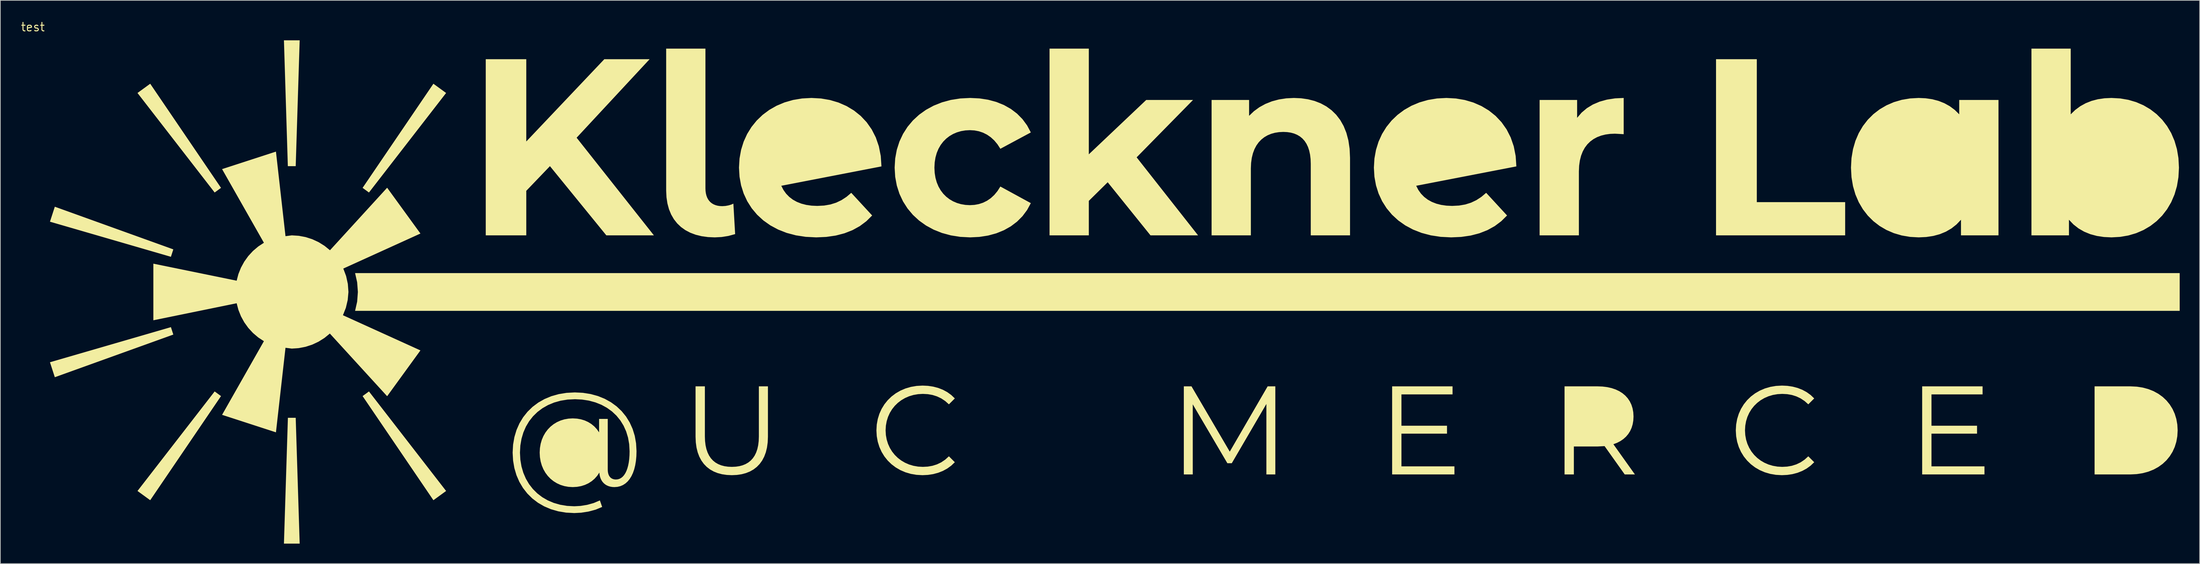
<source format=kicad_pcb>
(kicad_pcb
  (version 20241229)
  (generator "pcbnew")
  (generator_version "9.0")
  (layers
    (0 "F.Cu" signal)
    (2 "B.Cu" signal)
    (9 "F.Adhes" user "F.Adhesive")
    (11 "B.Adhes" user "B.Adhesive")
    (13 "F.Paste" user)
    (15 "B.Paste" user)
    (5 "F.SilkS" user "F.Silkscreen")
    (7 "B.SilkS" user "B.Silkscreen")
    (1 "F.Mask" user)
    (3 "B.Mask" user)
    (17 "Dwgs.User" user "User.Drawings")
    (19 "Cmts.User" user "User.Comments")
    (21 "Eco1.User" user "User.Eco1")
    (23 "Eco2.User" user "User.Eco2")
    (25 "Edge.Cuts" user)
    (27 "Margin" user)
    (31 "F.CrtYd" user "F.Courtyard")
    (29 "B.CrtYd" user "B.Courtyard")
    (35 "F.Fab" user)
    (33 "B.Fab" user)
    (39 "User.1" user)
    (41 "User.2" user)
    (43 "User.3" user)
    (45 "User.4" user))
  (footprint "test"
    (layer "F.Cu")
    (at 1.882 1.006)
    (property "Reference" "test" (at 0 0 0) (layer "F.SilkS") (effects (font (size 1.27 1.27) (thickness 0.15))))
    (attr smd)
    (fp_poly (pts (xy 20.731 45.077) (xy 2.57 50.35) (xy 3.298 52.598) (xy 21.09 46.192) (xy 20.731 45.077)) (stroke (width 0) (type solid)) (fill yes) (layer "F.SilkS"))
    (fp_poly (pts (xy 21.09 33.398) (xy 3.298 26.992) (xy 2.57 29.241) (xy 20.731 34.513) (xy 21.09 33.398)) (stroke (width 0) (type solid)) (fill yes) (layer "F.SilkS"))
    (fp_poly (pts (xy 27.298 54.734) (xy 15.713 69.682) (xy 17.622 71.071) (xy 28.252 55.433) (xy 27.298 54.734)) (stroke (width 0) (type solid)) (fill yes) (layer "F.SilkS"))
    (fp_poly (pts (xy 28.252 24.157) (xy 17.622 8.52) (xy 15.713 9.909) (xy 27.298 24.857) (xy 28.252 24.157)) (stroke (width 0) (type solid)) (fill yes) (layer "F.SilkS"))
    (fp_poly (pts (xy 38.296 58.693) (xy 37.701 77.591) (xy 40.063 77.591) (xy 39.468 58.693) (xy 38.296 58.693)) (stroke (width 0) (type solid)) (fill yes) (layer "F.SilkS"))
    (fp_poly (pts (xy 39.468 20.898) (xy 40.063 2) (xy 37.701 2) (xy 38.287 20.898) (xy 39.468 20.898)) (stroke (width 0) (type solid)) (fill yes) (layer "F.SilkS"))
    (fp_poly (pts (xy 49.512 55.433) (xy 60.142 71.071) (xy 62.05 69.682) (xy 50.466 54.734) (xy 49.512 55.433)) (stroke (width 0) (type solid)) (fill yes) (layer "F.SilkS"))
    (fp_poly (pts (xy 50.466 24.857) (xy 62.05 9.909) (xy 60.142 8.52) (xy 49.512 24.157) (xy 50.466 24.857)) (stroke (width 0) (type solid)) (fill yes) (layer "F.SilkS"))
    (fp_poly (pts (xy 252.727 31.291) (xy 272.116 31.291) (xy 272.116 26.302) (xy 258.85 26.302) (xy 258.85 4.835) (xy 252.727 4.835) (xy 252.727 31.291)) (stroke (width 0) (type solid)) (fill yes) (layer "F.SilkS"))
    (fp_poly (pts (xy 48.384 36.961) (xy 48.695 38.346) (xy 48.803 39.795) (xy 48.695 41.245) (xy 48.384 42.63) (xy 322.346 42.63) (xy 322.346 36.961) (xy 48.384 36.961)) (stroke (width 0) (type solid)) (fill yes) (layer "F.SilkS"))
    (fp_poly (pts (xy 86.107 31.291) (xy 93.25 31.291) (xy 81.647 16.627) (xy 92.608 4.835) (xy 85.805 4.835) (xy 74.088 17.194) (xy 74.088 4.835) (xy 68.003 4.835) (xy 68.003 31.291) (xy 74.088 31.291) (xy 74.088 24.602) (xy 77.641 20.898) (xy 86.107 31.291)) (stroke (width 0) (type solid)) (fill yes) (layer "F.SilkS"))
    (fp_poly (pts (xy 167.812 31.291) (xy 174.955 31.291) (xy 165.733 19.575) (xy 174.2 10.957) (xy 167.17 10.957) (xy 158.552 19.121) (xy 158.552 3.247) (xy 152.656 3.247) (xy 152.656 31.291) (xy 158.552 31.291) (xy 158.552 26.113) (xy 161.387 23.317) (xy 167.812 31.291)) (stroke (width 0) (type solid)) (fill yes) (layer "F.SilkS"))
    (fp_poly (pts (xy 205.493 65.987) (xy 205.493 61.074) (xy 212.334 61.074) (xy 212.334 59.883) (xy 205.493 59.883) (xy 205.493 55.178) (xy 213.166 55.178) (xy 213.166 53.969) (xy 204.095 53.969) (xy 204.095 67.197) (xy 213.449 67.197) (xy 213.449 65.987) (xy 205.493 65.987)) (stroke (width 0) (type solid)) (fill yes) (layer "F.SilkS"))
    (fp_poly (pts (xy 285.077 65.987) (xy 285.077 61.074) (xy 291.918 61.074) (xy 291.918 59.883) (xy 285.077 59.883) (xy 285.077 55.178) (xy 292.75 55.178) (xy 292.75 53.969) (xy 283.679 53.969) (xy 283.679 67.197) (xy 293.033 67.197) (xy 293.033 65.987) (xy 285.077 65.987)) (stroke (width 0) (type solid)) (fill yes) (layer "F.SilkS"))
    (fp_poly (pts (xy 185.403 53.969) (xy 179.715 63.776) (xy 173.97 53.969) (xy 172.818 53.969) (xy 172.818 67.197) (xy 174.159 67.197) (xy 174.159 56.671) (xy 179.356 65.515) (xy 180.018 65.515) (xy 185.214 56.614) (xy 185.214 67.197) (xy 186.556 67.197) (xy 186.556 53.969) (xy 185.403 53.969)) (stroke (width 0) (type solid)) (fill yes) (layer "F.SilkS"))
    (fp_poly (pts (xy 231.87 13.641) (xy 231.87 10.957) (xy 226.239 10.957) (xy 226.239 31.291) (xy 232.135 31.291) (xy 232.135 21.691) (xy 232.173 20.83) (xy 232.284 20.044) (xy 232.466 19.33) (xy 232.716 18.689) (xy 233.031 18.119) (xy 233.408 17.62) (xy 233.844 17.191) (xy 234.336 16.83) (xy 234.881 16.536) (xy 235.478 16.31) (xy 236.121 16.149) (xy 236.81 16.054) (xy 237.54 16.022) (xy 238.863 16.098) (xy 238.863 10.655) (xy 237.563 10.717) (xy 236.356 10.903) (xy 235.246 11.211) (xy 234.238 11.641) (xy 233.336 12.19) (xy 232.545 12.857) (xy 231.87 13.641) (xy 231.87 13.641)) (stroke (width 0) (type solid)) (fill yes) (layer "F.SilkS"))
    (fp_poly (pts (xy 102.387 31.594) (xy 103.407 31.542) (xy 104.428 31.381) (xy 105.448 31.102) (xy 105.184 26.529) (xy 104.871 26.668) (xy 104.465 26.789) (xy 104.004 26.875) (xy 103.521 26.907) (xy 103.158 26.89) (xy 102.822 26.841) (xy 102.513 26.758) (xy 102.23 26.643) (xy 101.975 26.496) (xy 101.748 26.318) (xy 101.549 26.109) (xy 101.38 25.869) (xy 101.24 25.599) (xy 101.131 25.299) (xy 101.052 24.969) (xy 101.004 24.611) (xy 100.988 24.224) (xy 100.988 3.247) (xy 95.092 3.247) (xy 95.092 24.564) (xy 95.14 25.574) (xy 95.282 26.51) (xy 95.516 27.372) (xy 95.84 28.157) (xy 96.25 28.865) (xy 96.746 29.495) (xy 97.324 30.044) (xy 97.981 30.512) (xy 98.717 30.898) (xy 99.527 31.201) (xy 100.411 31.418) (xy 101.365 31.55) (xy 102.387 31.594)) (stroke (width 0) (type solid)) (fill yes) (layer "F.SilkS"))
    (fp_poly (pts (xy 189.346 10.655) (xy 188.188 10.713) (xy 187.083 10.883) (xy 186.04 11.164) (xy 185.064 11.553) (xy 184.164 12.046) (xy 183.346 12.643) (xy 182.618 13.339) (xy 182.618 10.957) (xy 176.987 10.957) (xy 176.987 31.291) (xy 182.883 31.291) (xy 182.883 21.238) (xy 182.919 20.41) (xy 183.023 19.652) (xy 183.194 18.964) (xy 183.426 18.345) (xy 183.718 17.794) (xy 184.065 17.311) (xy 184.464 16.895) (xy 184.911 16.544) (xy 185.404 16.259) (xy 185.938 16.038) (xy 186.511 15.882) (xy 187.119 15.788) (xy 187.759 15.757) (xy 188.341 15.784) (xy 188.883 15.866) (xy 189.384 16.002) (xy 189.842 16.195) (xy 190.258 16.443) (xy 190.628 16.75) (xy 190.953 17.114) (xy 191.231 17.537) (xy 191.461 18.019) (xy 191.642 18.562) (xy 191.772 19.165) (xy 191.852 19.83) (xy 191.878 20.557) (xy 191.878 31.291) (xy 197.774 31.291) (xy 197.774 19.65) (xy 197.711 18.28) (xy 197.526 17.029) (xy 197.225 15.895) (xy 196.815 14.877) (xy 196.304 13.974) (xy 195.697 13.182) (xy 195.002 12.502) (xy 194.225 11.931) (xy 193.372 11.467) (xy 192.452 11.109) (xy 191.469 10.856) (xy 190.432 10.705) (xy 189.346 10.655)) (stroke (width 0) (type solid)) (fill yes) (layer "F.SilkS"))
    (fp_poly (pts (xy 104.948 67.31) (xy 105.704 67.275) (xy 106.411 67.171) (xy 107.067 66.998) (xy 107.669 66.756) (xy 108.216 66.446) (xy 108.705 66.067) (xy 109.136 65.621) (xy 109.506 65.108) (xy 109.812 64.528) (xy 110.054 63.882) (xy 110.229 63.169) (xy 110.336 62.39) (xy 110.372 61.546) (xy 110.372 53.969) (xy 109.011 53.969) (xy 109.011 61.49) (xy 108.985 62.184) (xy 108.908 62.818) (xy 108.78 63.393) (xy 108.603 63.91) (xy 108.377 64.37) (xy 108.104 64.772) (xy 107.785 65.119) (xy 107.42 65.411) (xy 107.011 65.647) (xy 106.558 65.83) (xy 106.062 65.96) (xy 105.525 66.037) (xy 104.948 66.063) (xy 104.374 66.037) (xy 103.841 65.96) (xy 103.348 65.83) (xy 102.898 65.647) (xy 102.49 65.411) (xy 102.127 65.119) (xy 101.809 64.772) (xy 101.537 64.37) (xy 101.312 63.91) (xy 101.135 63.393) (xy 101.007 62.818) (xy 100.93 62.184) (xy 100.904 61.49) (xy 100.904 53.969) (xy 99.505 53.969) (xy 99.505 61.546) (xy 99.542 62.39) (xy 99.649 63.169) (xy 99.825 63.882) (xy 100.069 64.528) (xy 100.378 65.108) (xy 100.749 65.621) (xy 101.182 66.067) (xy 101.674 66.446) (xy 102.223 66.756) (xy 102.826 66.998) (xy 103.483 67.171) (xy 104.191 67.275) (xy 104.948 67.31)) (stroke (width 0) (type solid)) (fill yes) (layer "F.SilkS"))
    (fp_poly (pts (xy 314.953 67.197) (xy 315.905 67.149) (xy 316.803 67.009) (xy 317.645 66.781) (xy 318.426 66.469) (xy 319.141 66.077) (xy 319.788 65.61) (xy 320.361 65.072) (xy 320.857 64.466) (xy 321.272 63.798) (xy 321.602 63.072) (xy 321.842 62.291) (xy 321.99 61.46) (xy 322.04 60.583) (xy 321.99 59.706) (xy 321.842 58.875) (xy 321.602 58.094) (xy 321.272 57.367) (xy 320.857 56.699) (xy 320.361 56.094) (xy 319.788 55.555) (xy 319.141 55.088) (xy 318.426 54.696) (xy 317.645 54.384) (xy 316.803 54.156) (xy 315.905 54.016) (xy 314.953 53.969) (xy 309.567 53.969) (xy 309.567 67.197) (xy 314.953 67.197) (xy 309.567 67.197) (xy 314.953 67.197) (xy 315.905 67.149) (xy 316.803 67.009) (xy 317.645 66.781) (xy 318.426 66.469) (xy 319.141 66.077) (xy 319.788 65.61) (xy 320.361 65.072) (xy 320.857 64.466) (xy 321.272 63.798) (xy 321.602 63.072) (xy 321.842 62.291) (xy 321.99 61.46) (xy 322.04 60.583) (xy 321.99 59.706) (xy 321.842 58.875) (xy 321.602 58.094) (xy 321.272 57.367) (xy 320.857 56.699) (xy 320.361 56.094) (xy 319.788 55.555) (xy 319.141 55.088) (xy 318.426 54.696) (xy 317.645 54.384) (xy 316.803 54.156) (xy 315.905 54.016) (xy 314.953 53.969) (xy 309.567 53.969) (xy 309.567 67.197)) (stroke (width 0) (type solid)) (fill yes) (layer "F.SilkS"))
    (fp_poly (pts (xy 231.381 63.002) (xy 234.934 63.002) (xy 235.992 62.945) (xy 239.016 67.197) (xy 240.547 67.197) (xy 237.315 62.661) (xy 237.868 62.45) (xy 238.37 62.189) (xy 238.818 61.881) (xy 239.212 61.527) (xy 239.55 61.128) (xy 239.83 60.686) (xy 240.05 60.201) (xy 240.209 59.675) (xy 240.306 59.109) (xy 240.339 58.504) (xy 240.303 57.87) (xy 240.197 57.278) (xy 240.022 56.73) (xy 239.78 56.226) (xy 239.474 55.769) (xy 239.105 55.359) (xy 238.676 55) (xy 238.188 54.691) (xy 237.643 54.435) (xy 237.043 54.233) (xy 236.39 54.087) (xy 235.687 53.998) (xy 234.934 53.969) (xy 229.983 53.969) (xy 229.983 67.197) (xy 231.381 67.197) (xy 231.381 63.002) (xy 234.934 63.002) (xy 235.992 62.945) (xy 239.016 67.197) (xy 240.547 67.197) (xy 237.315 62.661) (xy 237.868 62.45) (xy 238.37 62.189) (xy 238.818 61.881) (xy 239.212 61.527) (xy 239.55 61.128) (xy 239.83 60.686) (xy 240.05 60.201) (xy 240.209 59.675) (xy 240.306 59.109) (xy 240.339 58.504) (xy 240.303 57.87) (xy 240.197 57.278) (xy 240.022 56.73) (xy 239.78 56.226) (xy 239.474 55.769) (xy 239.105 55.359) (xy 238.676 55) (xy 238.188 54.691) (xy 237.643 54.435) (xy 237.043 54.233) (xy 236.39 54.087) (xy 235.687 53.998) (xy 234.934 53.969) (xy 229.983 53.969) (xy 229.983 67.197) (xy 231.381 67.197) (xy 231.381 63.002) (xy 234.934 63.002)) (stroke (width 0) (type solid)) (fill yes) (layer "F.SilkS"))
    (fp_poly (pts (xy 133.577 67.31) (xy 134.398 67.27) (xy 135.186 67.149) (xy 135.937 66.949) (xy 136.643 66.669) (xy 137.299 66.312) (xy 137.898 65.876) (xy 138.434 65.364) (xy 137.546 64.476) (xy 136.987 64.98) (xy 136.389 65.383) (xy 135.753 65.687) (xy 135.081 65.899) (xy 134.374 66.023) (xy 133.634 66.063) (xy 132.912 66.022) (xy 132.222 65.902) (xy 131.569 65.708) (xy 130.958 65.443) (xy 130.393 65.111) (xy 129.877 64.718) (xy 129.416 64.267) (xy 129.014 63.762) (xy 128.675 63.208) (xy 128.404 62.609) (xy 128.205 61.969) (xy 128.082 61.292) (xy 128.04 60.583) (xy 128.082 59.874) (xy 128.205 59.197) (xy 128.404 58.557) (xy 128.675 57.958) (xy 129.014 57.403) (xy 129.416 56.899) (xy 129.877 56.448) (xy 130.393 56.054) (xy 130.958 55.723) (xy 131.569 55.458) (xy 132.222 55.263) (xy 132.912 55.143) (xy 133.634 55.102) (xy 134.374 55.142) (xy 135.081 55.265) (xy 135.753 55.476) (xy 136.389 55.777) (xy 136.987 56.174) (xy 137.546 56.671) (xy 138.434 55.783) (xy 137.898 55.271) (xy 137.3 54.839) (xy 136.645 54.485) (xy 135.941 54.209) (xy 135.193 54.012) (xy 134.41 53.894) (xy 133.596 53.855) (xy 132.695 53.905) (xy 131.837 54.051) (xy 131.025 54.288) (xy 130.266 54.612) (xy 129.565 55.017) (xy 128.927 55.498) (xy 128.357 56.051) (xy 127.86 56.67) (xy 127.442 57.35) (xy 127.108 58.086) (xy 126.863 58.874) (xy 126.712 59.708) (xy 126.661 60.583) (xy 126.712 61.458) (xy 126.863 62.292) (xy 127.108 63.079) (xy 127.442 63.815) (xy 127.859 64.496) (xy 128.355 65.114) (xy 128.924 65.667) (xy 129.561 66.148) (xy 130.26 66.553) (xy 131.017 66.877) (xy 131.825 67.114) (xy 132.68 67.26) (xy 133.577 67.31)) (stroke (width 0) (type solid)) (fill yes) (layer "F.SilkS"))
    (fp_poly (pts (xy 262.613 67.31) (xy 263.433 67.27) (xy 264.222 67.149) (xy 264.972 66.949) (xy 265.679 66.669) (xy 266.335 66.312) (xy 266.934 65.876) (xy 267.469 65.364) (xy 266.581 64.476) (xy 266.022 64.98) (xy 265.424 65.383) (xy 264.788 65.687) (xy 264.116 65.899) (xy 263.409 66.023) (xy 262.669 66.063) (xy 261.947 66.022) (xy 261.258 65.902) (xy 260.605 65.708) (xy 259.994 65.443) (xy 259.428 65.111) (xy 258.913 64.718) (xy 258.452 64.267) (xy 258.049 63.762) (xy 257.711 63.208) (xy 257.439 62.609) (xy 257.24 61.969) (xy 257.118 61.292) (xy 257.076 60.583) (xy 257.118 59.874) (xy 257.24 59.197) (xy 257.439 58.557) (xy 257.711 57.958) (xy 258.049 57.403) (xy 258.452 56.899) (xy 258.913 56.448) (xy 259.428 56.054) (xy 259.994 55.723) (xy 260.605 55.458) (xy 261.258 55.263) (xy 261.947 55.143) (xy 262.669 55.102) (xy 263.409 55.142) (xy 264.116 55.265) (xy 264.788 55.476) (xy 265.424 55.777) (xy 266.022 56.174) (xy 266.581 56.671) (xy 267.469 55.783) (xy 266.934 55.271) (xy 266.335 54.839) (xy 265.68 54.485) (xy 264.976 54.209) (xy 264.229 54.012) (xy 263.445 53.894) (xy 262.632 53.855) (xy 261.731 53.905) (xy 260.872 54.051) (xy 260.061 54.288) (xy 259.302 54.612) (xy 258.601 55.017) (xy 257.962 55.498) (xy 257.392 56.051) (xy 256.896 56.67) (xy 256.478 57.35) (xy 256.144 58.086) (xy 255.899 58.874) (xy 255.748 59.708) (xy 255.696 60.583) (xy 255.748 61.458) (xy 255.898 62.292) (xy 256.143 63.079) (xy 256.477 63.815) (xy 256.895 64.496) (xy 257.391 65.114) (xy 257.96 65.667) (xy 258.596 66.148) (xy 259.295 66.553) (xy 260.052 66.877) (xy 260.861 67.114) (xy 261.716 67.26) (xy 262.613 67.31)) (stroke (width 0) (type solid)) (fill yes) (layer "F.SilkS"))
    (fp_poly (pts (xy 140.736 31.594) (xy 142.125 31.524) (xy 143.438 31.32) (xy 144.668 30.983) (xy 145.807 30.52) (xy 146.846 29.935) (xy 147.777 29.231) (xy 148.593 28.413) (xy 149.285 27.486) (xy 149.845 26.454) (xy 145.271 23.959) (xy 144.836 24.644) (xy 144.355 25.225) (xy 143.831 25.708) (xy 143.268 26.094) (xy 142.67 26.389) (xy 142.04 26.595) (xy 141.381 26.716) (xy 140.698 26.756) (xy 140.021 26.719) (xy 139.372 26.611) (xy 138.755 26.431) (xy 138.174 26.183) (xy 137.635 25.868) (xy 137.142 25.487) (xy 136.699 25.042) (xy 136.312 24.535) (xy 135.985 23.968) (xy 135.722 23.341) (xy 135.529 22.657) (xy 135.41 21.918) (xy 135.369 21.124) (xy 135.41 20.331) (xy 135.529 19.592) (xy 135.722 18.908) (xy 135.985 18.281) (xy 136.312 17.714) (xy 136.699 17.207) (xy 137.142 16.762) (xy 137.635 16.381) (xy 138.174 16.066) (xy 138.755 15.818) (xy 139.372 15.638) (xy 140.021 15.53) (xy 140.698 15.493) (xy 141.381 15.534) (xy 142.04 15.659) (xy 142.67 15.87) (xy 143.268 16.169) (xy 143.831 16.558) (xy 144.355 17.04) (xy 144.836 17.616) (xy 145.271 18.29) (xy 149.845 15.833) (xy 149.285 14.78) (xy 148.593 13.838) (xy 147.777 13.012) (xy 146.846 12.305) (xy 145.807 11.719) (xy 144.668 11.258) (xy 143.438 10.925) (xy 142.125 10.723) (xy 140.736 10.655) (xy 139.244 10.731) (xy 137.828 10.954) (xy 136.494 11.318) (xy 135.25 11.815) (xy 134.104 12.438) (xy 133.064 13.18) (xy 132.138 14.035) (xy 131.333 14.994) (xy 130.657 16.052) (xy 130.117 17.201) (xy 129.722 18.434) (xy 129.48 19.744) (xy 129.397 21.124) (xy 129.48 22.505) (xy 129.722 23.815) (xy 130.117 25.048) (xy 130.657 26.197) (xy 131.333 27.255) (xy 132.138 28.214) (xy 133.064 29.069) (xy 134.104 29.811) (xy 135.25 30.434) (xy 136.494 30.931) (xy 137.828 31.294) (xy 139.244 31.518) (xy 140.736 31.594)) (stroke (width 0) (type solid)) (fill yes) (layer "F.SilkS"))
    (fp_poly (pts (xy 289.506 28.948) (xy 289.506 31.291) (xy 295.138 31.291) (xy 295.138 10.957) (xy 289.242 10.957) (xy 289.242 13.112) (xy 288.572 12.452) (xy 287.827 11.898) (xy 287.013 11.447) (xy 286.135 11.098) (xy 285.196 10.851) (xy 284.202 10.704) (xy 283.157 10.655) (xy 281.856 10.727) (xy 280.611 10.938) (xy 279.429 11.285) (xy 278.32 11.763) (xy 277.291 12.366) (xy 276.352 13.089) (xy 275.511 13.928) (xy 274.776 14.879) (xy 274.156 15.935) (xy 273.658 17.093) (xy 273.293 18.347) (xy 273.067 19.692) (xy 272.99 21.124) (xy 273.067 22.557) (xy 273.293 23.902) (xy 273.658 25.156) (xy 274.156 26.314) (xy 274.776 27.37) (xy 275.511 28.321) (xy 276.352 29.16) (xy 277.291 29.883) (xy 278.32 30.486) (xy 279.429 30.963) (xy 280.611 31.31) (xy 281.856 31.522) (xy 283.157 31.594) (xy 284.288 31.54) (xy 285.348 31.38) (xy 286.334 31.112) (xy 287.245 30.735) (xy 288.079 30.249) (xy 288.833 29.654) (xy 289.506 28.948) (xy 289.506 31.291) (xy 295.138 31.291) (xy 295.138 10.957) (xy 289.242 10.957) (xy 289.242 13.112) (xy 288.572 12.452) (xy 287.827 11.898) (xy 287.013 11.447) (xy 286.135 11.098) (xy 285.196 10.851) (xy 284.202 10.704) (xy 283.157 10.655) (xy 281.856 10.727) (xy 280.611 10.938) (xy 279.429 11.285) (xy 278.32 11.763) (xy 277.291 12.366) (xy 276.352 13.089) (xy 275.511 13.928) (xy 274.776 14.879) (xy 274.156 15.935) (xy 273.658 17.093) (xy 273.293 18.347) (xy 273.067 19.692) (xy 272.99 21.124) (xy 273.067 22.557) (xy 273.293 23.902) (xy 273.658 25.156) (xy 274.156 26.314) (xy 274.776 27.37) (xy 275.511 28.321) (xy 276.352 29.16) (xy 277.291 29.883) (xy 278.32 30.486) (xy 279.429 30.963) (xy 280.611 31.31) (xy 281.856 31.522) (xy 283.157 31.594) (xy 284.288 31.54) (xy 285.348 31.38) (xy 286.334 31.112) (xy 287.245 30.735) (xy 288.079 30.249) (xy 288.833 29.654) (xy 289.506 28.948) (xy 289.506 31.291)) (stroke (width 0) (type solid)) (fill yes) (layer "F.SilkS"))
    (fp_poly (pts (xy 305.719 28.948) (xy 306.394 29.654) (xy 307.154 30.249) (xy 307.995 30.735) (xy 308.914 31.112) (xy 309.908 31.38) (xy 310.973 31.54) (xy 312.106 31.594) (xy 313.399 31.522) (xy 314.638 31.31) (xy 315.813 30.963) (xy 316.918 30.486) (xy 317.943 29.883) (xy 318.879 29.16) (xy 319.718 28.321) (xy 320.451 27.37) (xy 321.071 26.314) (xy 321.567 25.156) (xy 321.933 23.902) (xy 322.158 22.557) (xy 322.235 21.124) (xy 322.158 19.692) (xy 321.933 18.347) (xy 321.567 17.093) (xy 321.071 15.935) (xy 320.451 14.879) (xy 319.718 13.928) (xy 318.879 13.089) (xy 317.943 12.366) (xy 316.918 11.763) (xy 315.813 11.285) (xy 314.638 10.938) (xy 313.399 10.727) (xy 312.106 10.655) (xy 311.049 10.704) (xy 310.049 10.851) (xy 309.109 11.098) (xy 308.231 11.447) (xy 307.415 11.898) (xy 306.666 12.452) (xy 305.983 13.112) (xy 305.983 3.247) (xy 300.087 3.247) (xy 300.087 31.291) (xy 305.719 31.291) (xy 305.719 28.948) (xy 309.908 31.38) (xy 310.973 31.54) (xy 312.106 31.594) (xy 313.399 31.522) (xy 314.638 31.31) (xy 315.813 30.963) (xy 316.918 30.486) (xy 317.943 29.883) (xy 318.879 29.16) (xy 319.718 28.321) (xy 320.451 27.37) (xy 321.071 26.314) (xy 321.567 25.156) (xy 321.933 23.902) (xy 322.158 22.557) (xy 322.235 21.124) (xy 322.158 19.692) (xy 321.933 18.347) (xy 321.567 17.093) (xy 321.071 15.935) (xy 320.451 14.879) (xy 319.718 13.928) (xy 318.879 13.089) (xy 317.943 12.366) (xy 316.918 11.763) (xy 315.813 11.285) (xy 314.638 10.938) (xy 313.399 10.727) (xy 312.106 10.655) (xy 311.049 10.704) (xy 310.049 10.851) (xy 309.109 11.098) (xy 308.231 11.447) (xy 307.415 11.898) (xy 306.666 12.452) (xy 305.983 13.112) (xy 305.983 3.247) (xy 300.087 3.247) (xy 300.087 31.291) (xy 305.719 31.291) (xy 305.719 28.948) (xy 306.394 29.654) (xy 307.154 30.249) (xy 307.995 30.735) (xy 308.914 31.112) (xy 309.908 31.38)) (stroke (width 0) (type solid)) (fill yes) (layer "F.SilkS"))
    (fp_poly (pts (xy 37.935 31.415) (xy 36.501 18.714) (xy 28.412 21.342) (xy 34.693 32.404) (xy 33.831 32.973) (xy 33.045 33.642) (xy 32.346 34.401) (xy 31.744 35.24) (xy 31.248 36.145) (xy 30.865 37.103) (xy 30.601 38.101) (xy 18.094 35.543) (xy 18.094 44.047) (xy 30.601 41.489) (xy 30.865 42.487) (xy 31.248 43.446) (xy 31.744 44.351) (xy 32.346 45.189) (xy 33.045 45.949) (xy 33.831 46.618) (xy 34.693 47.186) (xy 28.412 58.248) (xy 36.501 60.876) (xy 37.935 48.176) (xy 38.882 48.299) (xy 39.926 48.227) (xy 40.954 48.027) (xy 41.949 47.703) (xy 42.897 47.258) (xy 43.783 46.701) (xy 44.594 46.039) (xy 53.197 55.452) (xy 58.195 48.572) (xy 46.561 43.289) (xy 47.001 42.167) (xy 47.277 40.995) (xy 47.386 39.795) (xy 47.297 38.59) (xy 47.038 37.41) (xy 46.614 36.278) (xy 58.195 31.018) (xy 53.197 24.138) (xy 44.614 33.53) (xy 43.799 32.87) (xy 42.909 32.315) (xy 41.957 31.874) (xy 40.959 31.553) (xy 39.928 31.358) (xy 38.882 31.291) (xy 37.935 31.415) (xy 38.882 31.291) (xy 37.935 31.415) (xy 36.501 18.714) (xy 28.412 21.342) (xy 34.693 32.404) (xy 33.831 32.973) (xy 33.045 33.642) (xy 32.346 34.401) (xy 31.744 35.24) (xy 31.248 36.145) (xy 30.865 37.103) (xy 30.601 38.101) (xy 18.094 35.543) (xy 18.094 44.047) (xy 30.601 41.489) (xy 30.865 42.487) (xy 31.248 43.446) (xy 31.744 44.351) (xy 32.346 45.189) (xy 33.045 45.949) (xy 33.831 46.618) (xy 34.693 47.186) (xy 28.412 58.248) (xy 36.501 60.876) (xy 37.935 48.176) (xy 38.882 48.299) (xy 39.926 48.227) (xy 40.954 48.027) (xy 41.949 47.703) (xy 42.897 47.258) (xy 43.783 46.701) (xy 44.594 46.039) (xy 53.197 55.452) (xy 58.195 48.572) (xy 46.561 43.289) (xy 47.001 42.167) (xy 47.277 40.995) (xy 47.386 39.795) (xy 47.297 38.59) (xy 47.038 37.41) (xy 46.614 36.278) (xy 58.195 31.018) (xy 53.197 24.138) (xy 44.614 33.53) (xy 43.799 32.87) (xy 42.909 32.315) (xy 41.957 31.874) (xy 40.959 31.553) (xy 39.928 31.358) (xy 38.882 31.291)) (stroke (width 0) (type solid)) (fill yes) (layer "F.SilkS"))
    (fp_poly (pts (xy 112.376 23.846) (xy 127.418 20.935) (xy 127.313 19.368) (xy 127.026 17.917) (xy 126.569 16.587) (xy 125.954 15.381) (xy 125.195 14.303) (xy 124.305 13.357) (xy 123.296 12.547) (xy 122.18 11.876) (xy 120.971 11.347) (xy 119.682 10.965) (xy 118.324 10.733) (xy 116.911 10.655) (xy 115.494 10.732) (xy 114.144 10.957) (xy 112.87 11.323) (xy 111.678 11.822) (xy 110.578 12.448) (xy 109.577 13.193) (xy 108.683 14.05) (xy 107.905 15.011) (xy 107.25 16.069) (xy 106.727 17.216) (xy 106.343 18.446) (xy 106.107 19.752) (xy 106.026 21.124) (xy 106.107 22.49) (xy 106.343 23.79) (xy 106.731 25.017) (xy 107.264 26.163) (xy 107.935 27.222) (xy 108.741 28.184) (xy 109.674 29.043) (xy 110.729 29.79) (xy 111.9 30.419) (xy 113.181 30.922) (xy 114.567 31.29) (xy 116.052 31.516) (xy 117.629 31.594) (xy 119.149 31.525) (xy 120.566 31.319) (xy 121.876 30.978) (xy 123.079 30.504) (xy 124.171 29.9) (xy 125.153 29.166) (xy 126.02 28.306) (xy 122.883 24.904) (xy 122.169 25.509) (xy 121.417 26.001) (xy 120.615 26.383) (xy 119.75 26.654) (xy 118.81 26.816) (xy 117.781 26.869) (xy 116.927 26.832) (xy 116.132 26.719) (xy 115.397 26.531) (xy 114.724 26.268) (xy 114.116 25.931) (xy 113.576 25.52) (xy 113.104 25.035) (xy 112.703 24.477) (xy 112.376 23.846) (xy 119.682 10.965) (xy 118.324 10.733) (xy 116.911 10.655) (xy 115.494 10.732) (xy 114.144 10.957) (xy 112.87 11.323) (xy 111.678 11.822) (xy 110.578 12.448) (xy 109.577 13.193) (xy 108.683 14.05) (xy 107.905 15.011) (xy 107.25 16.069) (xy 106.727 17.216) (xy 106.343 18.446) (xy 106.107 19.752) (xy 106.026 21.124) (xy 106.107 22.49) (xy 106.343 23.79) (xy 106.731 25.017) (xy 107.264 26.163) (xy 107.935 27.222) (xy 108.741 28.184) (xy 109.674 29.043) (xy 110.729 29.79) (xy 111.9 30.419) (xy 113.181 30.922) (xy 114.567 31.29) (xy 116.052 31.516) (xy 117.629 31.594) (xy 119.149 31.525) (xy 120.566 31.319) (xy 121.876 30.978) (xy 123.079 30.504) (xy 124.171 29.9) (xy 125.153 29.166) (xy 126.02 28.306) (xy 122.883 24.904) (xy 122.169 25.509) (xy 121.417 26.001) (xy 120.615 26.383) (xy 119.75 26.654) (xy 118.81 26.816) (xy 117.781 26.869) (xy 116.927 26.832) (xy 116.132 26.719) (xy 115.397 26.531) (xy 114.724 26.268) (xy 114.116 25.931) (xy 113.576 25.52) (xy 113.104 25.035) (xy 112.703 24.477) (xy 112.376 23.846) (xy 127.418 20.935) (xy 127.313 19.368) (xy 127.026 17.917) (xy 126.569 16.587) (xy 125.954 15.381) (xy 125.195 14.303) (xy 124.305 13.357) (xy 123.296 12.547) (xy 122.18 11.876) (xy 120.971 11.347) (xy 119.682 10.965)) (stroke (width 0) (type solid)) (fill yes) (layer "F.SilkS"))
    (fp_poly (pts (xy 207.706 23.846) (xy 222.748 20.935) (xy 222.643 19.368) (xy 222.356 17.917) (xy 221.898 16.587) (xy 221.284 15.381) (xy 220.525 14.303) (xy 219.635 13.357) (xy 218.625 12.547) (xy 217.51 11.876) (xy 216.301 11.347) (xy 215.011 10.965) (xy 213.654 10.733) (xy 212.241 10.655) (xy 210.824 10.732) (xy 209.474 10.957) (xy 208.199 11.323) (xy 207.008 11.822) (xy 205.908 12.448) (xy 204.907 13.193) (xy 204.013 14.05) (xy 203.235 15.011) (xy 202.58 16.069) (xy 202.056 17.216) (xy 201.673 18.446) (xy 201.437 19.752) (xy 201.356 21.124) (xy 201.436 22.49) (xy 201.673 23.79) (xy 202.061 25.017) (xy 202.593 26.163) (xy 203.265 27.222) (xy 204.07 28.184) (xy 205.003 29.043) (xy 206.058 29.79) (xy 207.229 30.419) (xy 208.511 30.922) (xy 209.897 31.29) (xy 211.381 31.516) (xy 212.959 31.594) (xy 214.479 31.525) (xy 215.895 31.319) (xy 217.206 30.978) (xy 218.408 30.504) (xy 219.501 29.9) (xy 220.482 29.166) (xy 221.35 28.306) (xy 218.213 24.904) (xy 217.499 25.509) (xy 216.747 26.001) (xy 215.945 26.383) (xy 215.08 26.654) (xy 214.139 26.816) (xy 213.11 26.869) (xy 212.257 26.832) (xy 211.461 26.719) (xy 210.726 26.531) (xy 210.054 26.268) (xy 209.446 25.931) (xy 208.905 25.52) (xy 208.433 25.035) (xy 208.033 24.477) (xy 207.706 23.846) (xy 215.011 10.965) (xy 213.654 10.733) (xy 212.241 10.655) (xy 210.824 10.732) (xy 209.474 10.957) (xy 208.199 11.323) (xy 207.008 11.822) (xy 205.908 12.448) (xy 204.907 13.193) (xy 204.013 14.05) (xy 203.235 15.011) (xy 202.58 16.069) (xy 202.056 17.216) (xy 201.673 18.446) (xy 201.437 19.752) (xy 201.356 21.124) (xy 201.436 22.49) (xy 201.673 23.79) (xy 202.061 25.017) (xy 202.593 26.163) (xy 203.265 27.222) (xy 204.07 28.184) (xy 205.003 29.043) (xy 206.058 29.79) (xy 207.229 30.419) (xy 208.511 30.922) (xy 209.897 31.29) (xy 211.381 31.516) (xy 212.959 31.594) (xy 214.479 31.525) (xy 215.895 31.319) (xy 217.206 30.978) (xy 218.408 30.504) (xy 219.501 29.9) (xy 220.482 29.166) (xy 221.35 28.306) (xy 218.213 24.904) (xy 217.499 25.509) (xy 216.747 26.001) (xy 215.945 26.383) (xy 215.08 26.654) (xy 214.139 26.816) (xy 213.11 26.869) (xy 212.257 26.832) (xy 211.461 26.719) (xy 210.726 26.531) (xy 210.054 26.268) (xy 209.446 25.931) (xy 208.905 25.52) (xy 208.433 25.035) (xy 208.033 24.477) (xy 207.706 23.846) (xy 222.748 20.935) (xy 222.643 19.368) (xy 222.356 17.917) (xy 221.898 16.587) (xy 221.284 15.381) (xy 220.525 14.303) (xy 219.635 13.357) (xy 218.625 12.547) (xy 217.51 11.876) (xy 216.301 11.347) (xy 215.011 10.965)) (stroke (width 0) (type solid)) (fill yes) (layer "F.SilkS"))
    (fp_poly (pts (xy 85.06 66.92) (xy 85.096 67.253) (xy 85.165 67.561) (xy 85.264 67.843) (xy 85.393 68.099) (xy 85.549 68.327) (xy 85.733 68.528) (xy 85.941 68.699) (xy 86.174 68.841) (xy 86.43 68.953) (xy 86.707 69.034) (xy 87.004 69.083) (xy 87.32 69.1) (xy 87.781 69.065) (xy 88.212 68.96) (xy 88.613 68.788) (xy 88.981 68.549) (xy 89.316 68.247) (xy 89.616 67.881) (xy 89.88 67.454) (xy 90.107 66.968) (xy 90.296 66.423) (xy 90.444 65.823) (xy 90.552 65.168) (xy 90.618 64.459) (xy 90.64 63.7) (xy 90.573 62.521) (xy 90.376 61.406) (xy 90.054 60.361) (xy 89.615 59.39) (xy 89.064 58.5) (xy 88.408 57.694) (xy 87.653 56.979) (xy 86.804 56.36) (xy 85.868 55.841) (xy 84.852 55.428) (xy 83.761 55.127) (xy 82.602 54.943) (xy 81.38 54.88) (xy 80.137 54.945) (xy 78.961 55.136) (xy 77.856 55.448) (xy 76.829 55.875) (xy 75.886 56.41) (xy 75.032 57.049) (xy 74.273 57.785) (xy 73.615 58.612) (xy 73.063 59.525) (xy 72.624 60.519) (xy 72.304 61.586) (xy 72.107 62.722) (xy 72.04 63.92) (xy 72.106 65.115) (xy 72.3 66.25) (xy 72.616 67.319) (xy 73.049 68.315) (xy 73.594 69.232) (xy 74.244 70.065) (xy 74.995 70.807) (xy 75.841 71.451) (xy 76.776 71.992) (xy 77.795 72.424) (xy 78.892 72.74) (xy 80.063 72.934) (xy 81.3 73) (xy 82.35 72.943) (xy 83.442 72.772) (xy 84.509 72.485) (xy 85.48 72.08) (xy 85.14 71.1) (xy 84.219 71.491) (xy 83.235 71.765) (xy 82.243 71.927) (xy 81.3 71.98) (xy 80.207 71.922) (xy 79.174 71.751) (xy 78.206 71.473) (xy 77.308 71.092) (xy 76.484 70.615) (xy 75.739 70.045) (xy 75.078 69.389) (xy 74.505 68.651) (xy 74.027 67.837) (xy 73.646 66.951) (xy 73.368 66) (xy 73.198 64.988) (xy 73.14 63.92) (xy 73.198 62.853) (xy 73.371 61.843) (xy 73.652 60.894) (xy 74.037 60.012) (xy 74.521 59.202) (xy 75.099 58.469) (xy 75.767 57.817) (xy 76.52 57.252) (xy 77.352 56.779) (xy 78.259 56.402) (xy 79.236 56.126) (xy 80.278 55.957) (xy 81.38 55.9) (xy 82.47 55.955) (xy 83.503 56.116) (xy 84.474 56.38) (xy 85.377 56.741) (xy 86.207 57.197) (xy 86.96 57.742) (xy 87.629 58.373) (xy 88.209 59.086) (xy 88.696 59.875) (xy 89.084 60.738) (xy 89.367 61.669) (xy 89.541 62.664) (xy 89.6 63.72) (xy 89.586 64.322) (xy 89.545 64.882) (xy 89.477 65.399) (xy 89.383 65.872) (xy 89.265 66.299) (xy 89.124 66.68) (xy 88.96 67.013) (xy 88.775 67.298) (xy 88.569 67.534) (xy 88.344 67.719) (xy 88.1 67.852) (xy 87.838 67.933) (xy 87.56 67.96) (xy 87.405 67.953) (xy 87.256 67.93) (xy 87.114 67.892) (xy 86.979 67.837) (xy 86.854 67.764) (xy 86.738 67.673) (xy 86.635 67.562) (xy 86.543 67.431) (xy 86.466 67.279) (xy 86.404 67.104) (xy 86.358 66.907) (xy 86.33 66.686) (xy 86.32 66.44) (xy 86.32 58.86) (xy 85.02 58.86) (xy 85.02 60.88) (xy 84.685 60.405) (xy 84.297 59.987) (xy 83.86 59.627) (xy 83.377 59.328) (xy 82.853 59.091) (xy 82.289 58.92) (xy 81.69 58.815) (xy 81.06 58.78) (xy 80.418 58.817) (xy 79.805 58.927) (xy 79.226 59.106) (xy 78.684 59.351) (xy 78.182 59.657) (xy 77.725 60.022) (xy 77.317 60.442) (xy 76.961 60.913) (xy 76.661 61.432) (xy 76.421 61.996) (xy 76.245 62.601) (xy 76.137 63.244) (xy 76.1 63.92) (xy 76.137 64.601) (xy 76.245 65.248) (xy 76.421 65.857) (xy 76.661 66.426) (xy 76.961 66.949) (xy 77.317 67.424) (xy 77.725 67.847) (xy 78.182 68.215) (xy 78.684 68.524) (xy 79.226 68.771) (xy 79.805 68.951) (xy 80.418 69.062) (xy 81.06 69.1) (xy 81.704 69.063) (xy 82.315 68.953) (xy 82.888 68.774) (xy 83.42 68.528) (xy 83.907 68.216) (xy 84.345 67.843) (xy 84.731 67.41) (xy 85.06 66.92) (xy 76.829 55.875) (xy 75.886 56.41) (xy 75.032 57.049) (xy 74.273 57.785) (xy 73.615 58.612) (xy 73.063 59.525) (xy 72.624 60.519) (xy 72.304 61.586) (xy 72.107 62.722) (xy 72.04 63.92) (xy 72.106 65.115) (xy 72.3 66.25) (xy 72.616 67.319) (xy 73.049 68.315) (xy 73.594 69.232) (xy 74.244 70.065) (xy 74.995 70.807) (xy 75.841 71.451) (xy 76.776 71.992) (xy 77.795 72.424) (xy 78.892 72.74) (xy 80.063 72.934) (xy 81.3 73) (xy 82.35 72.943) (xy 83.442 72.772) (xy 84.509 72.485) (xy 85.48 72.08) (xy 85.14 71.1) (xy 84.219 71.491) (xy 83.235 71.765) (xy 82.243 71.927) (xy 81.3 71.98) (xy 80.207 71.922) (xy 79.174 71.751) (xy 78.206 71.473) (xy 77.308 71.092) (xy 76.484 70.615) (xy 75.739 70.045) (xy 75.078 69.389) (xy 74.505 68.651) (xy 74.027 67.837) (xy 73.646 66.951) (xy 73.368 66) (xy 73.198 64.988) (xy 73.14 63.92) (xy 73.198 62.853) (xy 73.371 61.843) (xy 73.652 60.894) (xy 74.037 60.012) (xy 74.521 59.202) (xy 75.099 58.469) (xy 75.767 57.817) (xy 76.52 57.252) (xy 77.352 56.779) (xy 78.259 56.402) (xy 79.236 56.126) (xy 80.278 55.957) (xy 81.38 55.9) (xy 82.47 55.955) (xy 83.503 56.116) (xy 84.474 56.38) (xy 85.377 56.741) (xy 86.207 57.197) (xy 86.96 57.742) (xy 87.629 58.373) (xy 88.209 59.086) (xy 88.696 59.875) (xy 89.084 60.738) (xy 89.367 61.669) (xy 89.541 62.664) (xy 89.6 63.72) (xy 89.586 64.322) (xy 89.545 64.882) (xy 89.477 65.399) (xy 89.383 65.872) (xy 89.265 66.299) (xy 89.124 66.68) (xy 88.96 67.013) (xy 88.775 67.298) (xy 88.569 67.534) (xy 88.344 67.719) (xy 88.1 67.852) (xy 87.838 67.933) (xy 87.56 67.96) (xy 87.405 67.953) (xy 87.256 67.93) (xy 87.114 67.892) (xy 86.979 67.837) (xy 86.854 67.764) (xy 86.738 67.673) (xy 86.635 67.562) (xy 86.543 67.431) (xy 86.466 67.279) (xy 86.404 67.104) (xy 86.358 66.907) (xy 86.33 66.686) (xy 86.32 66.44) (xy 86.32 58.86) (xy 85.02 58.86) (xy 85.02 60.88) (xy 84.685 60.405) (xy 84.297 59.987) (xy 83.86 59.627) (xy 83.377 59.328) (xy 82.853 59.091) (xy 82.289 58.92) (xy 81.69 58.815) (xy 81.06 58.78) (xy 80.418 58.817) (xy 79.805 58.927) (xy 79.226 59.106) (xy 78.684 59.351) (xy 78.182 59.657) (xy 77.725 60.022) (xy 77.317 60.442) (xy 76.961 60.913) (xy 76.661 61.432) (xy 76.421 61.996) (xy 76.245 62.601) (xy 76.137 63.244) (xy 76.1 63.92) (xy 76.137 64.601) (xy 76.245 65.248) (xy 76.421 65.857) (xy 76.661 66.426) (xy 76.961 66.949) (xy 77.317 67.424) (xy 77.725 67.847) (xy 78.182 68.215) (xy 78.684 68.524) (xy 79.226 68.771) (xy 79.805 68.951) (xy 80.418 69.062) (xy 81.06 69.1) (xy 81.704 69.063) (xy 82.315 68.953) (xy 82.888 68.774) (xy 83.42 68.528) (xy 83.907 68.216) (xy 84.345 67.843) (xy 84.731 67.41) (xy 85.06 66.92) (xy 85.096 67.253) (xy 85.165 67.561) (xy 85.264 67.843) (xy 85.393 68.099) (xy 85.549 68.327) (xy 85.733 68.528) (xy 85.941 68.699) (xy 86.174 68.841) (xy 86.43 68.953) (xy 86.707 69.034) (xy 87.004 69.083) (xy 87.32 69.1) (xy 87.781 69.065) (xy 88.212 68.96) (xy 88.613 68.788) (xy 88.981 68.549) (xy 89.316 68.247) (xy 89.616 67.881) (xy 89.88 67.454) (xy 90.107 66.968) (xy 90.296 66.423) (xy 90.444 65.823) (xy 90.552 65.168) (xy 90.618 64.459) (xy 90.64 63.7) (xy 90.573 62.521) (xy 90.376 61.406) (xy 90.054 60.361) (xy 89.615 59.39) (xy 89.064 58.5) (xy 88.408 57.694) (xy 87.653 56.979) (xy 86.804 56.36) (xy 85.868 55.841) (xy 84.852 55.428) (xy 83.761 55.127) (xy 82.602 54.943) (xy 81.38 54.88) (xy 80.137 54.945) (xy 78.961 55.136) (xy 77.856 55.448) (xy 76.829 55.875)) (stroke (width 0) (type solid)) (fill yes) (layer "F.SilkS")))
  (gr_rect
    (start -3 -3)
    (end 327.228 81.597)
    (stroke (width 0.1) (type default))
    (fill no)
    (layer "Edge.Cuts")))
</source>
